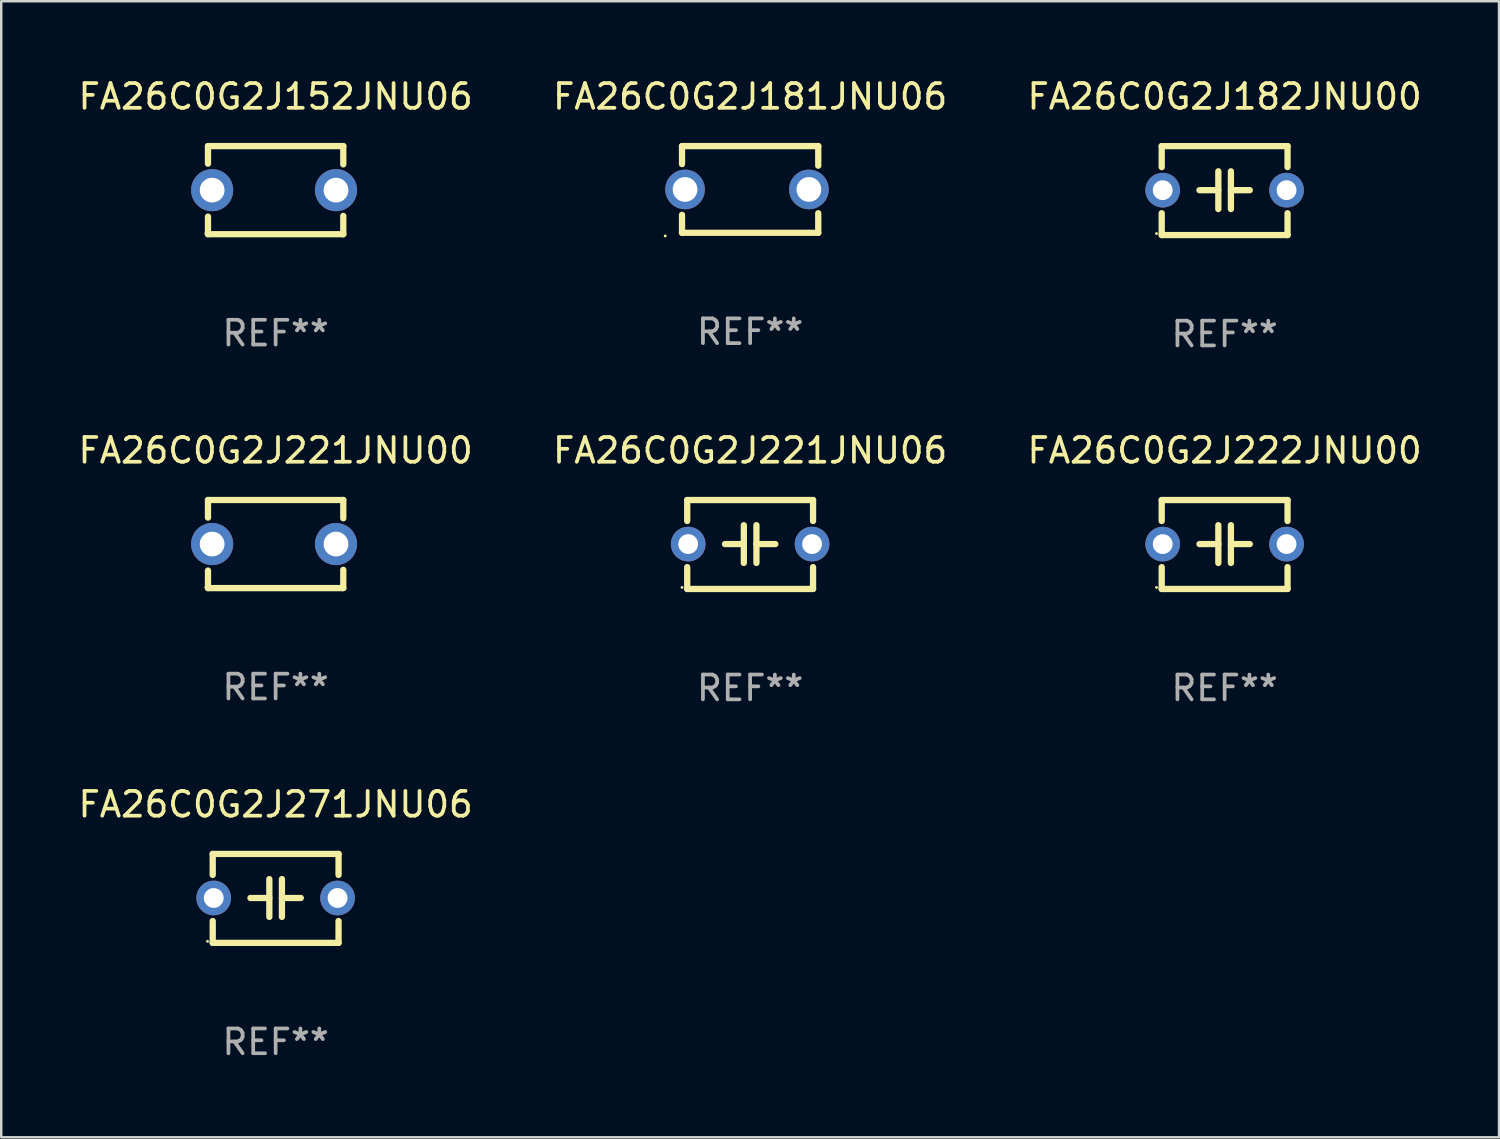
<source format=kicad_pcb>
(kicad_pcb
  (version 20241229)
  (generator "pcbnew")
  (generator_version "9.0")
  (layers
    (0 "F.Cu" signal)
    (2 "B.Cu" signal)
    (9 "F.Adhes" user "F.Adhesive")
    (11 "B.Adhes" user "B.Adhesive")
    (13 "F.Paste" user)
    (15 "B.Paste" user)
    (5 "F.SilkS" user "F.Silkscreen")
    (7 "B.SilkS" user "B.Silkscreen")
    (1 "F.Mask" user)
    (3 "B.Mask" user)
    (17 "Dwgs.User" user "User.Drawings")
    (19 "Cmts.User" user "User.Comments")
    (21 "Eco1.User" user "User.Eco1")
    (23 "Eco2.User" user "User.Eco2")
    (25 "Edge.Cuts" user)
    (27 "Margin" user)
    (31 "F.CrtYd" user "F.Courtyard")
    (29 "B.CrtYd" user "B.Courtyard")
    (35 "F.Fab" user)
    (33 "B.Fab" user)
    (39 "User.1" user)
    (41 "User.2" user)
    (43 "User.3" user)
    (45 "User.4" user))
  (footprint "FA26C0G2J221JNU00"
    (layer "F.Cu")
    (at 8.077 18.913)
    (property "Reference" "FA26C0G2J221JNU00" (at 0 -3.778 0) (layer "F.SilkS") (effects (font (size 1 1) (thickness 0.15))))
    (attr through_hole)
    (fp_line (start -2.731 -1.778) (end -2.731 -1.068) (stroke (width 0.254) (type solid)) (layer "F.SilkS"))
    (fp_line (start -2.731 1.068) (end -2.731 1.778) (stroke (width 0.254) (type solid)) (layer "F.SilkS"))
    (fp_line (start -2.731 1.778) (end 2.731 1.778) (stroke (width 0.254) (type solid)) (layer "F.SilkS"))
    (fp_line (start 2.731 -1.778) (end -2.731 -1.778) (stroke (width 0.254) (type solid)) (layer "F.SilkS"))
    (fp_line (start 2.731 -1.04) (end 2.731 -1.778) (stroke (width 0.254) (type solid)) (layer "F.SilkS"))
    (fp_line (start 2.731 1.778) (end 2.731 1.04) (stroke (width 0.254) (type solid)) (layer "F.SilkS"))
    (fp_circle (center -2.814 1.75) (end -2.784 1.75) (stroke (width 0.06) (type solid)) (fill no) (layer "F.SilkS"))
    (fp_text user "REF**" (at 0 5.778 0) (layer "F.Fab") (effects (font (size 1 1) (thickness 0.15))))
    (pad "1" thru_hole circle (at -2.563 0) (size 1.7 1.7) (drill 1) (layers "*.Cu" "*.Mask"))
    (pad "2" thru_hole circle (at 2.437 0) (size 1.7 1.7) (drill 1) (layers "*.Cu" "*.Mask")))
  (footprint "FA26C0G2J271JNU06"
    (layer "F.Cu")
    (at 8.077 33.218)
    (property "Reference" "FA26C0G2J271JNU06" (at 0 -3.795 0) (layer "F.SilkS") (effects (font (size 1 1) (thickness 0.15))))
    (attr through_hole)
    (fp_line (start -2.54 -1.795) (end 2.54 -1.795) (stroke (width 0.254) (type solid)) (layer "F.SilkS"))
    (fp_line (start -2.54 -0.948) (end -2.54 -1.795) (stroke (width 0.254) (type solid)) (layer "F.SilkS"))
    (fp_line (start -2.54 1.795) (end -2.54 0.913) (stroke (width 0.254) (type solid)) (layer "F.SilkS"))
    (fp_line (start -1.016 -0.017) (end -0.254 -0.017) (stroke (width 0.254) (type solid)) (layer "F.SilkS"))
    (fp_line (start -0.254 0.745) (end -0.254 -0.779) (stroke (width 0.254) (type solid)) (layer "F.SilkS"))
    (fp_line (start 0.254 -0.779) (end 0.254 0.745) (stroke (width 0.254) (type solid)) (layer "F.SilkS"))
    (fp_line (start 1.016 -0.017) (end 0.254 -0.017) (stroke (width 0.254) (type solid)) (layer "F.SilkS"))
    (fp_line (start 2.54 -1.795) (end 2.54 -0.948) (stroke (width 0.254) (type solid)) (layer "F.SilkS"))
    (fp_line (start 2.54 1.795) (end -2.54 1.795) (stroke (width 0.254) (type solid)) (layer "F.SilkS"))
    (fp_line (start 2.54 1.795) (end 2.54 0.913) (stroke (width 0.254) (type solid)) (layer "F.SilkS"))
    (fp_circle (center -2.75 1.733) (end -2.72 1.733) (stroke (width 0.06) (type solid)) (fill no) (layer "F.SilkS"))
    (fp_text user "REF**" (at 0 5.795 0) (layer "F.Fab") (effects (font (size 1 1) (thickness 0.15))))
    (pad "1" thru_hole circle (at -2.5 -0.017) (size 1.4 1.4) (drill 0.8) (layers "*.Cu" "*.Mask"))
    (pad "2" thru_hole circle (at 2.5 -0.017) (size 1.4 1.4) (drill 0.8) (layers "*.Cu" "*.Mask")))
  (footprint "FA26C0G2J181JNU06"
    (layer "F.Cu")
    (at 27.232 4.598)
    (property "Reference" "FA26C0G2J181JNU06" (at 0 -3.75 0) (layer "F.SilkS") (effects (font (size 1 1) (thickness 0.15))))
    (attr through_hole)
    (fp_line (start -2.75 -1.75) (end -2.75 -1.024) (stroke (width 0.254) (type solid)) (layer "F.SilkS"))
    (fp_line (start -2.75 -1.75) (end 2.75 -1.75) (stroke (width 0.254) (type solid)) (layer "F.SilkS"))
    (fp_line (start -2.75 1.024) (end -2.75 1.75) (stroke (width 0.254) (type solid)) (layer "F.SilkS"))
    (fp_line (start 2.75 -1.75) (end 2.75 -0.96) (stroke (width 0.254) (type solid)) (layer "F.SilkS"))
    (fp_line (start 2.75 0.96) (end 2.75 1.75) (stroke (width 0.254) (type solid)) (layer "F.SilkS"))
    (fp_line (start 2.75 1.75) (end -2.75 1.75) (stroke (width 0.254) (type solid)) (layer "F.SilkS"))
    (fp_circle (center -3.427 1.877) (end -3.397 1.877) (stroke (width 0.06) (type solid)) (fill no) (layer "F.SilkS"))
    (fp_text user "REF**" (at 0 5.75 0) (layer "F.Fab") (effects (font (size 1 1) (thickness 0.15))))
    (pad "1" thru_hole circle (at -2.627 0) (size 1.6 1.6) (drill 1) (layers "*.Cu" "*.Mask"))
    (pad "2" thru_hole circle (at 2.373 0) (size 1.6 1.6) (drill 1) (layers "*.Cu" "*.Mask")))
  (footprint "FA26C0G2J182JNU00"
    (layer "F.Cu")
    (at 46.387 4.644)
    (property "Reference" "FA26C0G2J182JNU00" (at 0 -3.795 0) (layer "F.SilkS") (effects (font (size 1 1) (thickness 0.15))))
    (attr through_hole)
    (fp_line (start -2.54 -1.795) (end 2.54 -1.795) (stroke (width 0.254) (type solid)) (layer "F.SilkS"))
    (fp_line (start -2.54 -0.948) (end -2.54 -1.795) (stroke (width 0.254) (type solid)) (layer "F.SilkS"))
    (fp_line (start -2.54 1.795) (end -2.54 0.913) (stroke (width 0.254) (type solid)) (layer "F.SilkS"))
    (fp_line (start -1.016 -0.017) (end -0.254 -0.017) (stroke (width 0.254) (type solid)) (layer "F.SilkS"))
    (fp_line (start -0.254 0.745) (end -0.254 -0.779) (stroke (width 0.254) (type solid)) (layer "F.SilkS"))
    (fp_line (start 0.254 -0.779) (end 0.254 0.745) (stroke (width 0.254) (type solid)) (layer "F.SilkS"))
    (fp_line (start 1.016 -0.017) (end 0.254 -0.017) (stroke (width 0.254) (type solid)) (layer "F.SilkS"))
    (fp_line (start 2.54 -1.795) (end 2.54 -0.948) (stroke (width 0.254) (type solid)) (layer "F.SilkS"))
    (fp_line (start 2.54 1.795) (end -2.54 1.795) (stroke (width 0.254) (type solid)) (layer "F.SilkS"))
    (fp_line (start 2.54 1.795) (end 2.54 0.913) (stroke (width 0.254) (type solid)) (layer "F.SilkS"))
    (fp_circle (center -2.75 1.733) (end -2.72 1.733) (stroke (width 0.06) (type solid)) (fill no) (layer "F.SilkS"))
    (fp_text user "REF**" (at 0 5.795 0) (layer "F.Fab") (effects (font (size 1 1) (thickness 0.15))))
    (pad "1" thru_hole circle (at -2.5 -0.017) (size 1.4 1.4) (drill 0.8) (layers "*.Cu" "*.Mask"))
    (pad "2" thru_hole circle (at 2.5 -0.017) (size 1.4 1.4) (drill 0.8) (layers "*.Cu" "*.Mask")))
  (footprint "FA26C0G2J221JNU06"
    (layer "F.Cu")
    (at 27.232 18.931)
    (property "Reference" "FA26C0G2J221JNU06" (at 0 -3.795 0) (layer "F.SilkS") (effects (font (size 1 1) (thickness 0.15))))
    (attr through_hole)
    (fp_line (start -2.54 -1.795) (end 2.54 -1.795) (stroke (width 0.254) (type solid)) (layer "F.SilkS"))
    (fp_line (start -2.54 -0.948) (end -2.54 -1.795) (stroke (width 0.254) (type solid)) (layer "F.SilkS"))
    (fp_line (start -2.54 1.795) (end -2.54 0.913) (stroke (width 0.254) (type solid)) (layer "F.SilkS"))
    (fp_line (start -1.016 -0.017) (end -0.254 -0.017) (stroke (width 0.254) (type solid)) (layer "F.SilkS"))
    (fp_line (start -0.254 0.745) (end -0.254 -0.779) (stroke (width 0.254) (type solid)) (layer "F.SilkS"))
    (fp_line (start 0.254 -0.779) (end 0.254 0.745) (stroke (width 0.254) (type solid)) (layer "F.SilkS"))
    (fp_line (start 1.016 -0.017) (end 0.254 -0.017) (stroke (width 0.254) (type solid)) (layer "F.SilkS"))
    (fp_line (start 2.54 -1.795) (end 2.54 -0.948) (stroke (width 0.254) (type solid)) (layer "F.SilkS"))
    (fp_line (start 2.54 1.795) (end -2.54 1.795) (stroke (width 0.254) (type solid)) (layer "F.SilkS"))
    (fp_line (start 2.54 1.795) (end 2.54 0.913) (stroke (width 0.254) (type solid)) (layer "F.SilkS"))
    (fp_circle (center -2.75 1.733) (end -2.72 1.733) (stroke (width 0.06) (type solid)) (fill no) (layer "F.SilkS"))
    (fp_text user "REF**" (at 0 5.795 0) (layer "F.Fab") (effects (font (size 1 1) (thickness 0.15))))
    (pad "1" thru_hole circle (at -2.5 -0.017) (size 1.4 1.4) (drill 0.8) (layers "*.Cu" "*.Mask"))
    (pad "2" thru_hole circle (at 2.5 -0.017) (size 1.4 1.4) (drill 0.8) (layers "*.Cu" "*.Mask")))
  (footprint "FA26C0G2J222JNU00"
    (layer "F.Cu")
    (at 46.387 18.931)
    (property "Reference" "FA26C0G2J222JNU00" (at 0 -3.795 0) (layer "F.SilkS") (effects (font (size 1 1) (thickness 0.15))))
    (attr through_hole)
    (fp_line (start -2.54 -1.795) (end 2.54 -1.795) (stroke (width 0.254) (type solid)) (layer "F.SilkS"))
    (fp_line (start -2.54 -0.948) (end -2.54 -1.795) (stroke (width 0.254) (type solid)) (layer "F.SilkS"))
    (fp_line (start -2.54 1.795) (end -2.54 0.913) (stroke (width 0.254) (type solid)) (layer "F.SilkS"))
    (fp_line (start -1.016 -0.017) (end -0.254 -0.017) (stroke (width 0.254) (type solid)) (layer "F.SilkS"))
    (fp_line (start -0.254 0.745) (end -0.254 -0.779) (stroke (width 0.254) (type solid)) (layer "F.SilkS"))
    (fp_line (start 0.254 -0.779) (end 0.254 0.745) (stroke (width 0.254) (type solid)) (layer "F.SilkS"))
    (fp_line (start 1.016 -0.017) (end 0.254 -0.017) (stroke (width 0.254) (type solid)) (layer "F.SilkS"))
    (fp_line (start 2.54 -1.795) (end 2.54 -0.948) (stroke (width 0.254) (type solid)) (layer "F.SilkS"))
    (fp_line (start 2.54 1.795) (end -2.54 1.795) (stroke (width 0.254) (type solid)) (layer "F.SilkS"))
    (fp_line (start 2.54 1.795) (end 2.54 0.913) (stroke (width 0.254) (type solid)) (layer "F.SilkS"))
    (fp_circle (center -2.75 1.733) (end -2.72 1.733) (stroke (width 0.06) (type solid)) (fill no) (layer "F.SilkS"))
    (fp_text user "REF**" (at 0 5.795 0) (layer "F.Fab") (effects (font (size 1 1) (thickness 0.15))))
    (pad "1" thru_hole circle (at -2.5 -0.017) (size 1.4 1.4) (drill 0.8) (layers "*.Cu" "*.Mask"))
    (pad "2" thru_hole circle (at 2.5 -0.017) (size 1.4 1.4) (drill 0.8) (layers "*.Cu" "*.Mask")))
  (footprint "FA26C0G2J152JNU06"
    (layer "F.Cu")
    (at 8.077 4.626)
    (property "Reference" "FA26C0G2J152JNU06" (at 0 -3.778 0) (layer "F.SilkS") (effects (font (size 1 1) (thickness 0.15))))
    (attr through_hole)
    (fp_line (start -2.731 -1.778) (end -2.731 -1.068) (stroke (width 0.254) (type solid)) (layer "F.SilkS"))
    (fp_line (start -2.731 1.068) (end -2.731 1.778) (stroke (width 0.254) (type solid)) (layer "F.SilkS"))
    (fp_line (start -2.731 1.778) (end 2.731 1.778) (stroke (width 0.254) (type solid)) (layer "F.SilkS"))
    (fp_line (start 2.731 -1.778) (end -2.731 -1.778) (stroke (width 0.254) (type solid)) (layer "F.SilkS"))
    (fp_line (start 2.731 -1.04) (end 2.731 -1.778) (stroke (width 0.254) (type solid)) (layer "F.SilkS"))
    (fp_line (start 2.731 1.778) (end 2.731 1.04) (stroke (width 0.254) (type solid)) (layer "F.SilkS"))
    (fp_circle (center -2.814 1.75) (end -2.784 1.75) (stroke (width 0.06) (type solid)) (fill no) (layer "F.SilkS"))
    (fp_text user "REF**" (at 0 5.778 0) (layer "F.Fab") (effects (font (size 1 1) (thickness 0.15))))
    (pad "1" thru_hole circle (at -2.563 0) (size 1.7 1.7) (drill 1) (layers "*.Cu" "*.Mask"))
    (pad "2" thru_hole circle (at 2.437 0) (size 1.7 1.7) (drill 1) (layers "*.Cu" "*.Mask")))
  (gr_rect
    (start -3 -3)
    (end 57.464 42.861)
    (stroke (width 0.1) (type default))
    (fill no)
    (layer "Edge.Cuts")))
</source>
